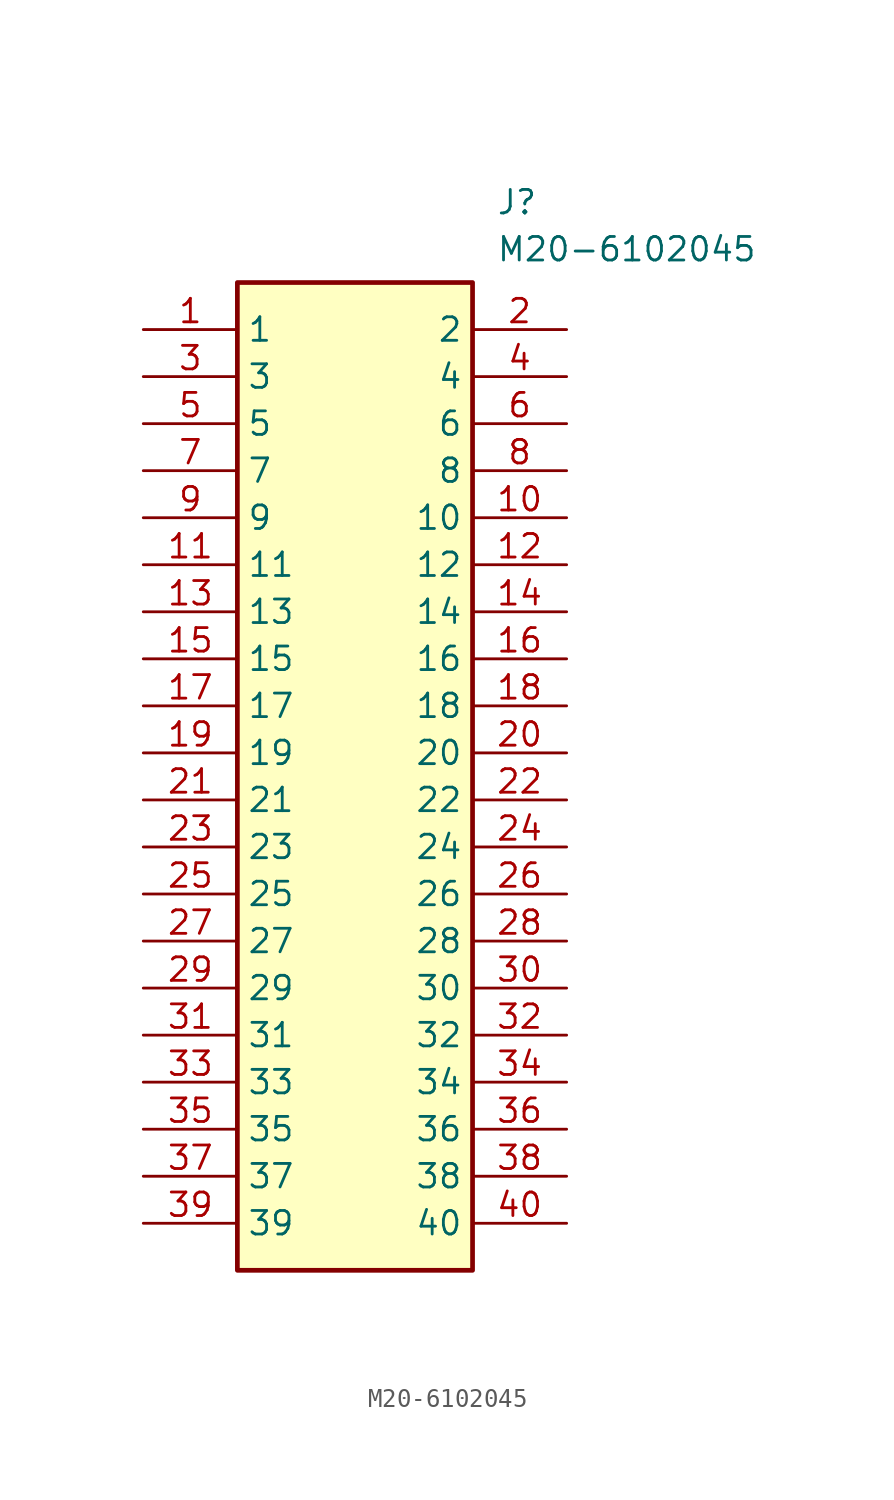
<source format=kicad_sym>
(kicad_symbol_lib
  (version 20211014)
  (generator SamacSys_ECAD_Model)
  (symbol "M20-6102045"
    (property "Reference" "J"
      (at 19.05 7.62 0)
      (effects (font (size 1.27 1.27)) (justify left top)))
    (property "Value" "M20-6102045"
      (at 19.05 5.08 0)
      (effects (font (size 1.27 1.27)) (justify left top)))
    (rectangle
      (start 5.08 2.54)
      (end 17.78 -50.8)
      (stroke (width 0.254) (type default))
      (fill (type background)))
    (pin passive line
      (at 0 0 0)
      (length 5.08)
      (name "1" (effects (font (size 1.27 1.27))))
      (number "1" (effects (font (size 1.27 1.27)))))
    (pin passive line
      (at 0 -2.54 0)
      (length 5.08)
      (name "3" (effects (font (size 1.27 1.27))))
      (number "3" (effects (font (size 1.27 1.27)))))
    (pin passive line
      (at 0 -5.08 0)
      (length 5.08)
      (name "5" (effects (font (size 1.27 1.27))))
      (number "5" (effects (font (size 1.27 1.27)))))
    (pin passive line
      (at 0 -7.62 0)
      (length 5.08)
      (name "7" (effects (font (size 1.27 1.27))))
      (number "7" (effects (font (size 1.27 1.27)))))
    (pin passive line
      (at 0 -10.16 0)
      (length 5.08)
      (name "9" (effects (font (size 1.27 1.27))))
      (number "9" (effects (font (size 1.27 1.27)))))
    (pin passive line
      (at 0 -12.7 0)
      (length 5.08)
      (name "11" (effects (font (size 1.27 1.27))))
      (number "11" (effects (font (size 1.27 1.27)))))
    (pin passive line
      (at 0 -15.24 0)
      (length 5.08)
      (name "13" (effects (font (size 1.27 1.27))))
      (number "13" (effects (font (size 1.27 1.27)))))
    (pin passive line
      (at 0 -17.78 0)
      (length 5.08)
      (name "15" (effects (font (size 1.27 1.27))))
      (number "15" (effects (font (size 1.27 1.27)))))
    (pin passive line
      (at 0 -20.32 0)
      (length 5.08)
      (name "17" (effects (font (size 1.27 1.27))))
      (number "17" (effects (font (size 1.27 1.27)))))
    (pin passive line
      (at 0 -22.86 0)
      (length 5.08)
      (name "19" (effects (font (size 1.27 1.27))))
      (number "19" (effects (font (size 1.27 1.27)))))
    (pin passive line
      (at 0 -25.4 0)
      (length 5.08)
      (name "21" (effects (font (size 1.27 1.27))))
      (number "21" (effects (font (size 1.27 1.27)))))
    (pin passive line
      (at 0 -27.94 0)
      (length 5.08)
      (name "23" (effects (font (size 1.27 1.27))))
      (number "23" (effects (font (size 1.27 1.27)))))
    (pin passive line
      (at 0 -30.48 0)
      (length 5.08)
      (name "25" (effects (font (size 1.27 1.27))))
      (number "25" (effects (font (size 1.27 1.27)))))
    (pin passive line
      (at 0 -33.02 0)
      (length 5.08)
      (name "27" (effects (font (size 1.27 1.27))))
      (number "27" (effects (font (size 1.27 1.27)))))
    (pin passive line
      (at 0 -35.56 0)
      (length 5.08)
      (name "29" (effects (font (size 1.27 1.27))))
      (number "29" (effects (font (size 1.27 1.27)))))
    (pin passive line
      (at 0 -38.1 0)
      (length 5.08)
      (name "31" (effects (font (size 1.27 1.27))))
      (number "31" (effects (font (size 1.27 1.27)))))
    (pin passive line
      (at 0 -40.64 0)
      (length 5.08)
      (name "33" (effects (font (size 1.27 1.27))))
      (number "33" (effects (font (size 1.27 1.27)))))
    (pin passive line
      (at 0 -43.18 0)
      (length 5.08)
      (name "35" (effects (font (size 1.27 1.27))))
      (number "35" (effects (font (size 1.27 1.27)))))
    (pin passive line
      (at 0 -45.72 0)
      (length 5.08)
      (name "37" (effects (font (size 1.27 1.27))))
      (number "37" (effects (font (size 1.27 1.27)))))
    (pin passive line
      (at 0 -48.26 0)
      (length 5.08)
      (name "39" (effects (font (size 1.27 1.27))))
      (number "39" (effects (font (size 1.27 1.27)))))
    (pin passive line
      (at 22.86 0 180)
      (length 5.08)
      (name "2" (effects (font (size 1.27 1.27))))
      (number "2" (effects (font (size 1.27 1.27)))))
    (pin passive line
      (at 22.86 -2.54 180)
      (length 5.08)
      (name "4" (effects (font (size 1.27 1.27))))
      (number "4" (effects (font (size 1.27 1.27)))))
    (pin passive line
      (at 22.86 -5.08 180)
      (length 5.08)
      (name "6" (effects (font (size 1.27 1.27))))
      (number "6" (effects (font (size 1.27 1.27)))))
    (pin passive line
      (at 22.86 -7.62 180)
      (length 5.08)
      (name "8" (effects (font (size 1.27 1.27))))
      (number "8" (effects (font (size 1.27 1.27)))))
    (pin passive line
      (at 22.86 -10.16 180)
      (length 5.08)
      (name "10" (effects (font (size 1.27 1.27))))
      (number "10" (effects (font (size 1.27 1.27)))))
    (pin passive line
      (at 22.86 -12.7 180)
      (length 5.08)
      (name "12" (effects (font (size 1.27 1.27))))
      (number "12" (effects (font (size 1.27 1.27)))))
    (pin passive line
      (at 22.86 -15.24 180)
      (length 5.08)
      (name "14" (effects (font (size 1.27 1.27))))
      (number "14" (effects (font (size 1.27 1.27)))))
    (pin passive line
      (at 22.86 -17.78 180)
      (length 5.08)
      (name "16" (effects (font (size 1.27 1.27))))
      (number "16" (effects (font (size 1.27 1.27)))))
    (pin passive line
      (at 22.86 -20.32 180)
      (length 5.08)
      (name "18" (effects (font (size 1.27 1.27))))
      (number "18" (effects (font (size 1.27 1.27)))))
    (pin passive line
      (at 22.86 -22.86 180)
      (length 5.08)
      (name "20" (effects (font (size 1.27 1.27))))
      (number "20" (effects (font (size 1.27 1.27)))))
    (pin passive line
      (at 22.86 -25.4 180)
      (length 5.08)
      (name "22" (effects (font (size 1.27 1.27))))
      (number "22" (effects (font (size 1.27 1.27)))))
    (pin passive line
      (at 22.86 -27.94 180)
      (length 5.08)
      (name "24" (effects (font (size 1.27 1.27))))
      (number "24" (effects (font (size 1.27 1.27)))))
    (pin passive line
      (at 22.86 -30.48 180)
      (length 5.08)
      (name "26" (effects (font (size 1.27 1.27))))
      (number "26" (effects (font (size 1.27 1.27)))))
    (pin passive line
      (at 22.86 -33.02 180)
      (length 5.08)
      (name "28" (effects (font (size 1.27 1.27))))
      (number "28" (effects (font (size 1.27 1.27)))))
    (pin passive line
      (at 22.86 -35.56 180)
      (length 5.08)
      (name "30" (effects (font (size 1.27 1.27))))
      (number "30" (effects (font (size 1.27 1.27)))))
    (pin passive line
      (at 22.86 -38.1 180)
      (length 5.08)
      (name "32" (effects (font (size 1.27 1.27))))
      (number "32" (effects (font (size 1.27 1.27)))))
    (pin passive line
      (at 22.86 -40.64 180)
      (length 5.08)
      (name "34" (effects (font (size 1.27 1.27))))
      (number "34" (effects (font (size 1.27 1.27)))))
    (pin passive line
      (at 22.86 -43.18 180)
      (length 5.08)
      (name "36" (effects (font (size 1.27 1.27))))
      (number "36" (effects (font (size 1.27 1.27)))))
    (pin passive line
      (at 22.86 -45.72 180)
      (length 5.08)
      (name "38" (effects (font (size 1.27 1.27))))
      (number "38" (effects (font (size 1.27 1.27)))))
    (pin passive line
      (at 22.86 -48.26 180)
      (length 5.08)
      (name "40" (effects (font (size 1.27 1.27))))
      (number "40" (effects (font (size 1.27 1.27)))))))
</source>
